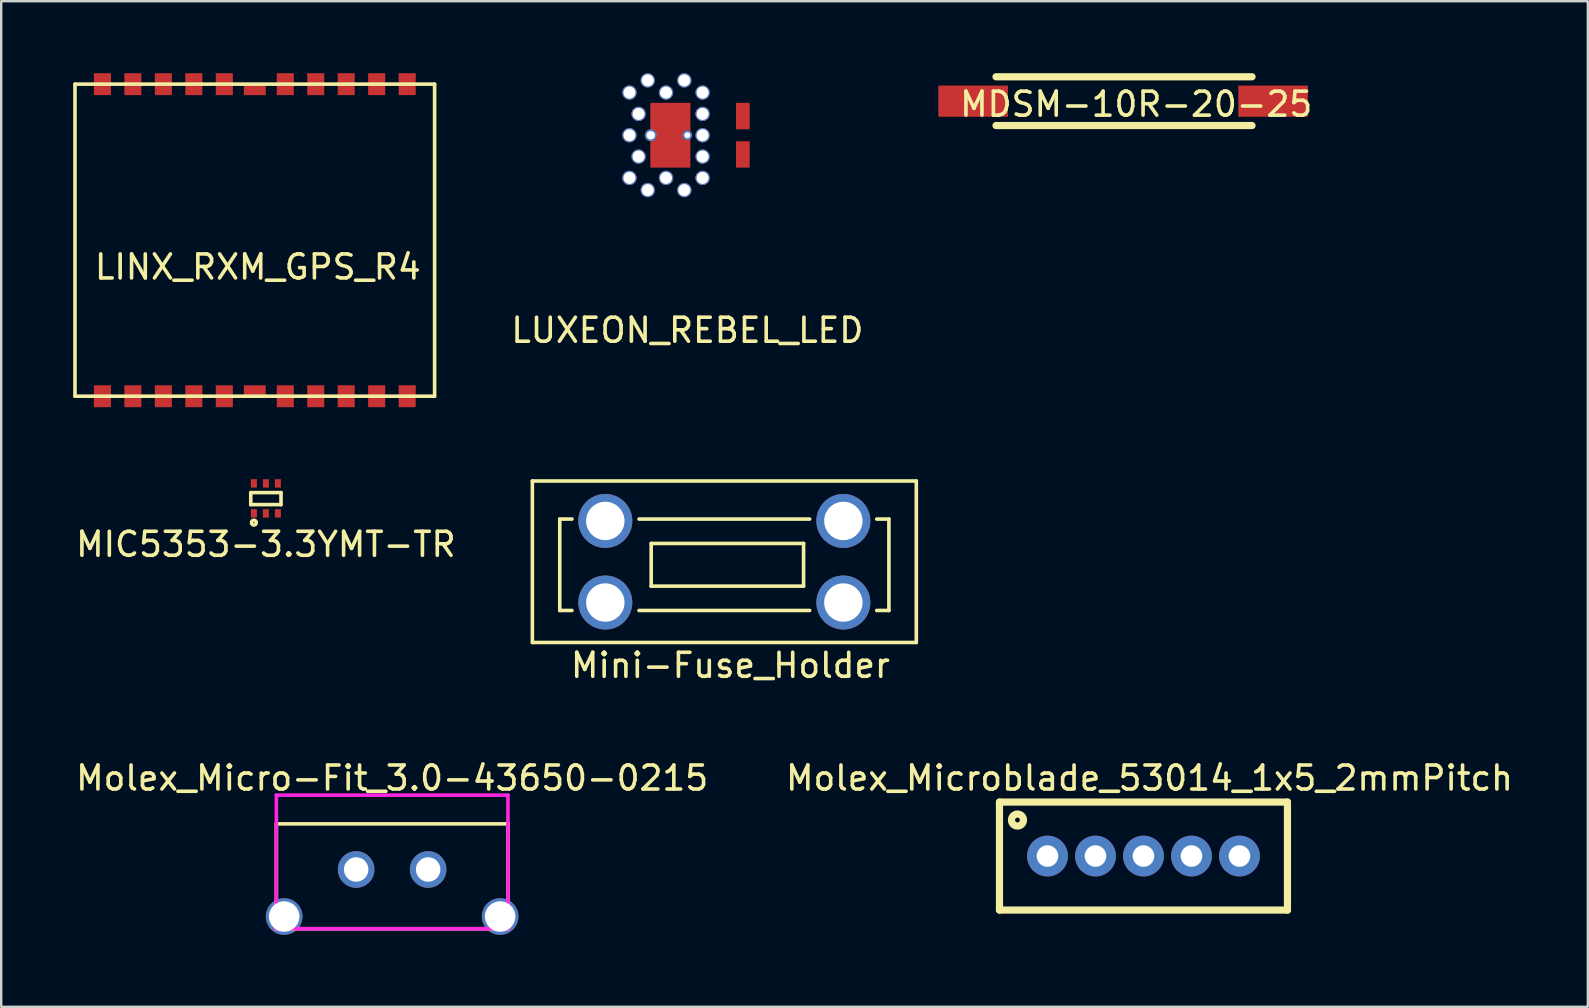
<source format=kicad_pcb>
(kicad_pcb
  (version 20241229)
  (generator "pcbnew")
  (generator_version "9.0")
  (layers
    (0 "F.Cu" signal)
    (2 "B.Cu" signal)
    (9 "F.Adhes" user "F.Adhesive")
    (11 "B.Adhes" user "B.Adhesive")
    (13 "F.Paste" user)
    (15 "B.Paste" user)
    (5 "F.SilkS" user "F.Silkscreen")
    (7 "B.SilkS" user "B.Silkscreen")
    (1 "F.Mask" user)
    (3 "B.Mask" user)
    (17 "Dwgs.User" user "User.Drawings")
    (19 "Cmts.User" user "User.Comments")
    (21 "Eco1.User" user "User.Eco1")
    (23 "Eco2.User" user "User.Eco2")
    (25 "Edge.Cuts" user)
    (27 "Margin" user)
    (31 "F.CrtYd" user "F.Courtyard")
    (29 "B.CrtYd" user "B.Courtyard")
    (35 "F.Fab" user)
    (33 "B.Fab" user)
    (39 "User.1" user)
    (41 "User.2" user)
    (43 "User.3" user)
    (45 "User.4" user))
  (footprint "Mini-Fuse_Holder"
    (layer "F.Cu")
    (at 27.135 20.359)
    (property "Reference" "Mini-Fuse_Holder" (at 0.254 4.318 0) (layer "F.SilkS") (effects (font (size 1 1) (thickness 0.15))))
    (attr through_hole)
    (fp_line (start -8 -3.365) (end 8 -3.365) (stroke (width 0.15) (type solid)) (layer "F.SilkS"))
    (fp_line (start -8 3.365) (end -8 -3.365) (stroke (width 0.15) (type solid)) (layer "F.SilkS"))
    (fp_line (start -6.858 -1.778) (end -6.858 2.032) (stroke (width 0.15) (type solid)) (layer "F.SilkS"))
    (fp_line (start -6.858 2.032) (end -6.35 2.032) (stroke (width 0.15) (type solid)) (layer "F.SilkS"))
    (fp_line (start -6.35 -1.778) (end -6.858 -1.778) (stroke (width 0.15) (type solid)) (layer "F.SilkS"))
    (fp_line (start -3.556 -1.778) (end 3.556 -1.778) (stroke (width 0.15) (type solid)) (layer "F.SilkS"))
    (fp_line (start -3.556 2.032) (end 3.556 2.032) (stroke (width 0.15) (type solid)) (layer "F.SilkS"))
    (fp_line (start -3.048 -0.762) (end 3.302 -0.762) (stroke (width 0.15) (type solid)) (layer "F.SilkS"))
    (fp_line (start -3.048 1.016) (end -3.048 -0.762) (stroke (width 0.15) (type solid)) (layer "F.SilkS"))
    (fp_line (start 3.302 -0.762) (end 3.302 1.016) (stroke (width 0.15) (type solid)) (layer "F.SilkS"))
    (fp_line (start 3.302 1.016) (end -3.048 1.016) (stroke (width 0.15) (type solid)) (layer "F.SilkS"))
    (fp_line (start 6.35 -1.778) (end 6.858 -1.778) (stroke (width 0.15) (type solid)) (layer "F.SilkS"))
    (fp_line (start 6.858 -1.778) (end 6.858 2.032) (stroke (width 0.15) (type solid)) (layer "F.SilkS"))
    (fp_line (start 6.858 2.032) (end 6.35 2.032) (stroke (width 0.15) (type solid)) (layer "F.SilkS"))
    (fp_line (start 8 -3.365) (end 8 3.365) (stroke (width 0.15) (type solid)) (layer "F.SilkS"))
    (fp_line (start 8 3.365) (end -8 3.365) (stroke (width 0.15) (type solid)) (layer "F.SilkS"))
    (pad "1" thru_hole circle (at 4.96 -1.7) (size 2.25 2.25) (drill 1.6) (layers "*.Cu" "*.Mask"))
    (pad "1" thru_hole circle (at 4.96 1.7) (size 2.25 2.25) (drill 1.6) (layers "*.Cu" "*.Mask"))
    (pad "2" thru_hole circle (at -4.96 -1.7) (size 2.25 2.25) (drill 1.6) (layers "*.Cu" "*.Mask"))
    (pad "2" thru_hole circle (at -4.96 1.7) (size 2.25 2.25) (drill 1.6) (layers "*.Cu" "*.Mask")))
  (footprint "LUXEON_REBEL_LED"
    (layer "F.Cu")
    (at 25.721 2.586)
    (property "Reference" "LUXEON_REBEL_LED" (at -0.127 8.128 0) (layer "F.SilkS") (effects (font (size 1 1) (thickness 0.15))))
    (attr through_hole)
    (pad "1" smd rect (at 2.185 0.8) (size 0.57 1.1) (layers "F.Cu" "F.Mask" "F.Paste"))
    (pad "2" smd rect (at 2.185 -0.8) (size 0.57 1.1) (layers "F.Cu" "F.Mask" "F.Paste"))
    (pad "~" thru_hole circle (at -2.54 -1.778) (size 0.6 0.6) (drill 0.5) (layers "*.Cu" "*.Mask"))
    (pad "~" thru_hole circle (at -2.54 0) (size 0.6 0.6) (drill 0.5) (layers "*.Cu" "*.Mask"))
    (pad "~" thru_hole circle (at -2.54 1.778) (size 0.6 0.6) (drill 0.5) (layers "*.Cu" "*.Mask"))
    (pad "~" thru_hole circle (at -2.159 -0.889) (size 0.6 0.6) (drill 0.5) (layers "*.Cu" "*.Mask"))
    (pad "~" thru_hole circle (at -2.159 0.889) (size 0.6 0.6) (drill 0.5) (layers "*.Cu" "*.Mask"))
    (pad "~" thru_hole circle (at -1.778 -2.286) (size 0.6 0.6) (drill 0.5) (layers "*.Cu" "*.Mask"))
    (pad "~" thru_hole circle (at -1.778 2.286) (size 0.6 0.6) (drill 0.5) (layers "*.Cu" "*.Mask"))
    (pad "~" thru_hole circle (at -1.651 0) (size 0.5 0.5) (drill 0.35) (layers "*.Cu" "*.Mask"))
    (pad "~" thru_hole circle (at -1.016 -1.778) (size 0.6 0.6) (drill 0.5) (layers "*.Cu" "*.Mask"))
    (pad "~" thru_hole circle (at -1.016 1.778) (size 0.6 0.6) (drill 0.5) (layers "*.Cu" "*.Mask"))
    (pad "~" smd rect (at -0.835 0) (size 1.67 2.7) (layers "F.Cu" "F.Mask" "F.Paste"))
    (pad "~" thru_hole circle (at -0.254 -2.286) (size 0.6 0.6) (drill 0.5) (layers "*.Cu" "*.Mask"))
    (pad "~" thru_hole circle (at -0.254 2.286) (size 0.6 0.6) (drill 0.5) (layers "*.Cu" "*.Mask"))
    (pad "~" thru_hole circle (at -0.127 0) (size 0.4 0.4) (drill 0.254) (layers "*.Cu" "*.Mask"))
    (pad "~" thru_hole circle (at 0.508 -1.778) (size 0.6 0.6) (drill 0.5) (layers "*.Cu" "*.Mask"))
    (pad "~" thru_hole circle (at 0.508 -0.889) (size 0.6 0.6) (drill 0.5) (layers "*.Cu" "*.Mask"))
    (pad "~" thru_hole circle (at 0.508 0) (size 0.6 0.6) (drill 0.5) (layers "*.Cu" "*.Mask"))
    (pad "~" thru_hole circle (at 0.508 0.889) (size 0.6 0.6) (drill 0.5) (layers "*.Cu" "*.Mask"))
    (pad "~" thru_hole circle (at 0.508 1.778) (size 0.6 0.6) (drill 0.5) (layers "*.Cu" "*.Mask")))
  (footprint "Molex_Micro-Fit_3.0-43650-0215"
    (layer "F.Cu")
    (at 13.292 33.184)
    (property "Reference" "Molex_Micro-Fit_3.0-43650-0215" (at 0 -3.81 0) (layer "F.SilkS") (effects (font (size 1 1) (thickness 0.15))))
    (attr through_hole)
    (fp_line (start -4.825 -1.9) (end -4.825 2.47) (stroke (width 0.15) (type solid)) (layer "F.SilkS"))
    (fp_line (start -4.825 -1.9) (end 4.825 -1.9) (stroke (width 0.15) (type solid)) (layer "F.SilkS"))
    (fp_line (start -4.825 2.47) (end 4.825 2.47) (stroke (width 0.15) (type solid)) (layer "F.SilkS"))
    (fp_line (start 4.825 -1.9) (end 4.825 2.47) (stroke (width 0.15) (type solid)) (layer "F.SilkS"))
    (fp_line (start -4.825 -3.1) (end -4.825 2.47) (stroke (width 0.15) (type solid)) (layer "F.CrtYd"))
    (fp_line (start -4.825 -3.1) (end 4.825 -3.1) (stroke (width 0.15) (type solid)) (layer "F.CrtYd"))
    (fp_line (start -4.825 2.47) (end 4.825 2.47) (stroke (width 0.15) (type solid)) (layer "F.CrtYd"))
    (fp_line (start 4.825 -3.1) (end 4.825 2.47) (stroke (width 0.15) (type solid)) (layer "F.CrtYd"))
    (pad "" np_thru_hole circle (at -4.5 1.96) (size 1.524 1.524) (drill 1.27) (layers "*.Cu" "*.Mask"))
    (pad "" np_thru_hole circle (at 4.5 1.96) (size 1.524 1.524) (drill 1.27) (layers "*.Cu" "*.Mask"))
    (pad "1" thru_hole circle (at 1.5 0) (size 1.524 1.524) (drill 1.02) (layers "*.Cu" "*.Mask"))
    (pad "2" thru_hole circle (at -1.5 0) (size 1.524 1.524) (drill 1.02) (layers "*.Cu" "*.Mask")))
  (footprint "MDSM-10R-20-25"
    (layer "F.Cu")
    (at 44.553 1.166)
    (property "Reference" "MDSM-10R-20-25" (at -0.254 0.127 0) (layer "F.SilkS") (effects (font (size 1 1) (thickness 0.15))))
    (attr through_hole)
    (fp_line (start -6.096 -1.016) (end 4.572 -1.016) (stroke (width 0.3) (type solid)) (layer "F.SilkS"))
    (fp_line (start 4.572 1.016) (end -6.096 1.016) (stroke (width 0.3) (type solid)) (layer "F.SilkS"))
    (pad "1" smd rect (at -7.05 0) (size 2.9 1.3) (layers "F.Cu" "F.Mask" "F.Paste"))
    (pad "2" smd rect (at 5.45 0) (size 2.9 1.3) (layers "F.Cu" "F.Mask" "F.Paste")))
  (footprint "MIC5353-3.3YMT-TR"
    (layer "F.Cu")
    (at 8.03 17.729)
    (property "Reference" "MIC5353-3.3YMT-TR" (at 0 1.905 0) (layer "F.SilkS") (effects (font (size 1 1) (thickness 0.15))))
    (attr through_hole)
    (fp_line (start -0.63 -0.25) (end -0.63 0.25) (stroke (width 0.15) (type solid)) (layer "F.SilkS"))
    (fp_line (start -0.63 -0.25) (end 0.63 -0.25) (stroke (width 0.15) (type solid)) (layer "F.SilkS"))
    (fp_line (start -0.63 0.25) (end 0.63 0.25) (stroke (width 0.15) (type solid)) (layer "F.SilkS"))
    (fp_line (start 0.63 -0.25) (end 0.63 0.25) (stroke (width 0.15) (type solid)) (layer "F.SilkS"))
    (fp_circle (center -0.5 1) (end -0.5 1.1) (stroke (width 0.15) (type solid)) (fill no) (layer "F.SilkS"))
    (pad "1" smd rect (at -0.5 0.615) (size 0.25 0.35) (layers "F.Cu" "F.Mask" "F.Paste"))
    (pad "2" smd rect (at 0 0.615) (size 0.25 0.35) (layers "F.Cu" "F.Mask" "F.Paste"))
    (pad "3" smd rect (at 0.5 0.615) (size 0.25 0.35) (layers "F.Cu" "F.Mask" "F.Paste"))
    (pad "4" smd rect (at 0.5 -0.635) (size 0.25 0.35) (layers "F.Cu" "F.Mask" "F.Paste"))
    (pad "5" smd rect (at 0 -0.635) (size 0.25 0.35) (layers "F.Cu" "F.Mask" "F.Paste"))
    (pad "6" smd rect (at -0.5 -0.635) (size 0.25 0.35) (layers "F.Cu" "F.Mask" "F.Paste")))
  (footprint "LINX_RXM_GPS_R4"
    (layer "F.Cu")
    (at 7.695 6.807)
    (property "Reference" "LINX_RXM_GPS_R4" (at 0 1.27 0) (layer "F.SilkS") (effects (font (size 1 1) (thickness 0.15))))
    (attr through_hole)
    (fp_line (start -7.62 -6.35) (end -7.62 6.655) (stroke (width 0.15) (type solid)) (layer "F.SilkS"))
    (fp_line (start -7.62 -6.35) (end 7.366 -6.35) (stroke (width 0.15) (type solid)) (layer "F.SilkS"))
    (fp_line (start -7.62 6.655) (end 7.366 6.655) (stroke (width 0.15) (type solid)) (layer "F.SilkS"))
    (fp_line (start 7.366 -6.35) (end 7.366 6.655) (stroke (width 0.15) (type solid)) (layer "F.SilkS"))
    (pad "1" smd rect (at -6.477 -6.35) (size 0.711 0.914) (layers "F.Cu" "F.Mask" "F.Paste"))
    (pad "1" smd rect (at -6.477 6.655) (size 0.711 0.914) (layers "F.Cu" "F.Mask" "F.Paste"))
    (pad "1" smd rect (at -5.207 -6.35) (size 0.711 0.914) (layers "F.Cu" "F.Mask" "F.Paste"))
    (pad "1" smd rect (at -5.207 6.655) (size 0.711 0.914) (layers "F.Cu" "F.Mask" "F.Paste"))
    (pad "1" smd rect (at -3.937 -6.35) (size 0.711 0.914) (layers "F.Cu" "F.Mask" "F.Paste"))
    (pad "1" smd rect (at -3.937 6.655) (size 0.711 0.914) (layers "F.Cu" "F.Mask" "F.Paste"))
    (pad "1" smd rect (at -2.667 -6.35) (size 0.711 0.914) (layers "F.Cu" "F.Mask" "F.Paste"))
    (pad "1" smd rect (at -2.667 6.655) (size 0.711 0.914) (layers "F.Cu" "F.Mask" "F.Paste"))
    (pad "1" smd rect (at -1.397 -6.35) (size 0.711 0.914) (layers "F.Cu" "F.Mask" "F.Paste"))
    (pad "1" smd rect (at -1.397 6.655) (size 0.711 0.914) (layers "F.Cu" "F.Mask" "F.Paste"))
    (pad "1" smd rect (at -0.127 -6.147) (size 0.914 0.508) (layers "F.Cu" "F.Mask" "F.Paste"))
    (pad "1" smd rect (at -0.127 6.452) (size 0.914 0.508) (layers "F.Cu" "F.Mask" "F.Paste"))
    (pad "1" smd rect (at 1.143 -6.35) (size 0.711 0.914) (layers "F.Cu" "F.Mask" "F.Paste"))
    (pad "1" smd rect (at 1.143 6.655) (size 0.711 0.914) (layers "F.Cu" "F.Mask" "F.Paste"))
    (pad "1" smd rect (at 2.413 -6.35) (size 0.711 0.914) (layers "F.Cu" "F.Mask" "F.Paste"))
    (pad "1" smd rect (at 2.413 6.655) (size 0.711 0.914) (layers "F.Cu" "F.Mask" "F.Paste"))
    (pad "1" smd rect (at 3.683 -6.35) (size 0.711 0.914) (layers "F.Cu" "F.Mask" "F.Paste"))
    (pad "1" smd rect (at 3.683 6.655) (size 0.711 0.914) (layers "F.Cu" "F.Mask" "F.Paste"))
    (pad "1" smd rect (at 4.953 -6.35) (size 0.711 0.914) (layers "F.Cu" "F.Mask" "F.Paste"))
    (pad "1" smd rect (at 4.953 6.655) (size 0.711 0.914) (layers "F.Cu" "F.Mask" "F.Paste"))
    (pad "1" smd rect (at 6.223 -6.35) (size 0.711 0.914) (layers "F.Cu" "F.Mask" "F.Paste"))
    (pad "1" smd rect (at 6.223 6.655) (size 0.711 0.914) (layers "F.Cu" "F.Mask" "F.Paste")))
  (footprint "Molex_Microblade_53014_1x5_2mmPitch"
    (layer "F.Cu")
    (at 44.601 32.624)
    (property "Reference" "Molex_Microblade_53014_1x5_2mmPitch" (at 0.25 -3.25 0) (layer "F.SilkS") (effects (font (size 1 1) (thickness 0.15))))
    (attr through_hole)
    (fp_line (start -6 -2.25) (end 6 -2.25) (stroke (width 0.3) (type solid)) (layer "F.SilkS"))
    (fp_line (start -6 2.25) (end -6 -2.25) (stroke (width 0.3) (type solid)) (layer "F.SilkS"))
    (fp_line (start 6 -2.25) (end 6 2.25) (stroke (width 0.3) (type solid)) (layer "F.SilkS"))
    (fp_line (start 6 2.25) (end -6 2.25) (stroke (width 0.3) (type solid)) (layer "F.SilkS"))
    (fp_circle (center -5.25 -1.5) (end -5 -1.5) (stroke (width 0.3) (type solid)) (fill no) (layer "F.SilkS"))
    (pad "1" thru_hole circle (at -4 0) (size 1.7 1.7) (drill 0.9) (layers "*.Cu" "*.Mask"))
    (pad "2" thru_hole circle (at -2 0) (size 1.7 1.7) (drill 0.9) (layers "*.Cu" "*.Mask"))
    (pad "3" thru_hole circle (at 0 0) (size 1.7 1.7) (drill 0.9) (layers "*.Cu" "*.Mask"))
    (pad "4" thru_hole circle (at 2 0) (size 1.7 1.7) (drill 0.9) (layers "*.Cu" "*.Mask"))
    (pad "5" thru_hole circle (at 4 0) (size 1.7 1.7) (drill 0.9) (layers "*.Cu" "*.Mask")))
  (gr_rect
    (start -3 -3)
    (end 63.119 38.906)
    (stroke (width 0.1) (type default))
    (fill no)
    (layer "Edge.Cuts")))
</source>
